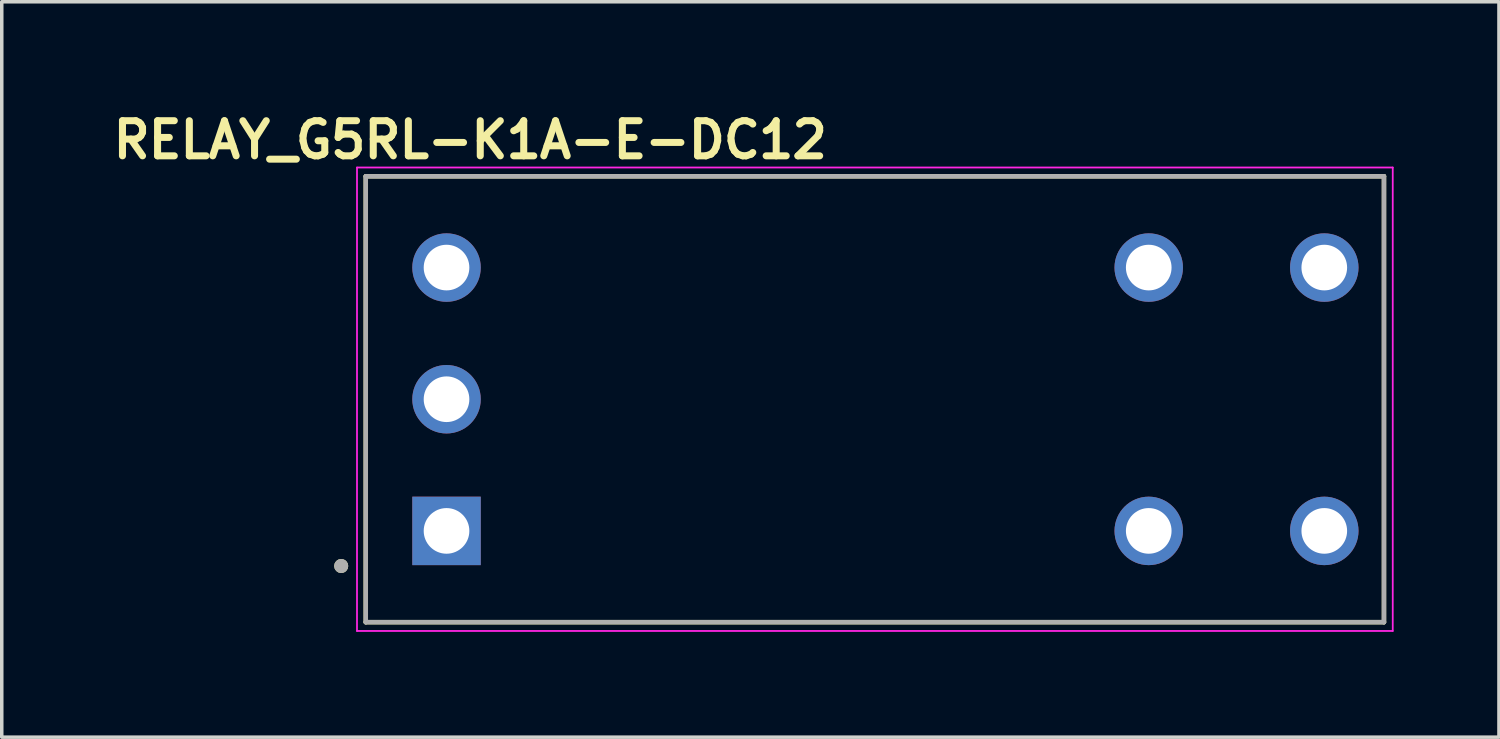
<source format=kicad_pcb>
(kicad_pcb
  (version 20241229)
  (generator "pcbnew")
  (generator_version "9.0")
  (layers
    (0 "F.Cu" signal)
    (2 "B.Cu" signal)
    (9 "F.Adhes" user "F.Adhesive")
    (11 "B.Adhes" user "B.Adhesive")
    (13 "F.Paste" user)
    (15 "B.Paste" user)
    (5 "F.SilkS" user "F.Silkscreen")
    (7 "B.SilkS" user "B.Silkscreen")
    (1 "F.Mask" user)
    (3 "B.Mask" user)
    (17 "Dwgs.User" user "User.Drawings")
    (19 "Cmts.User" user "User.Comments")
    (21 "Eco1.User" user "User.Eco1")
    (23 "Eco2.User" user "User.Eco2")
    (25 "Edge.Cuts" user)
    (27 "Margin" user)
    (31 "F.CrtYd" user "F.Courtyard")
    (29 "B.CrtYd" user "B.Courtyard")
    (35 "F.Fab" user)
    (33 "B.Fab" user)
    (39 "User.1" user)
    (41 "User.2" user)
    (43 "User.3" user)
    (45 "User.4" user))
  (footprint "RELAY_G5RL-K1A-E-DC12"
    (layer "F.Cu")
    (at 19.668 8.321)
    (property "Reference" "RELAY_G5RL-K1A-E-DC12" (at -9.325 -7.385 0) (layer "F.SilkS") (effects (font (size 1 1) (thickness 0.2))))
    (attr through_hole)
    (fp_line (start -12.3 -6.35) (end 16.7 -6.35) (stroke (width 0.127) (type solid)) (layer "F.SilkS"))
    (fp_line (start -12.3 6.35) (end -12.3 -6.35) (stroke (width 0.127) (type solid)) (layer "F.SilkS"))
    (fp_line (start 16.7 -6.35) (end 16.7 6.35) (stroke (width 0.127) (type solid)) (layer "F.SilkS"))
    (fp_line (start 16.7 6.35) (end -12.3 6.35) (stroke (width 0.127) (type solid)) (layer "F.SilkS"))
    (fp_circle (center -13 4.75) (end -12.9 4.75) (stroke (width 0.2) (type solid)) (fill no) (layer "F.SilkS"))
    (fp_line (start -12.55 -6.6) (end -12.55 6.6) (stroke (width 0.05) (type solid)) (layer "F.CrtYd"))
    (fp_line (start -12.55 6.6) (end 16.95 6.6) (stroke (width 0.05) (type solid)) (layer "F.CrtYd"))
    (fp_line (start 16.95 -6.6) (end -12.55 -6.6) (stroke (width 0.05) (type solid)) (layer "F.CrtYd"))
    (fp_line (start 16.95 6.6) (end 16.95 -6.6) (stroke (width 0.05) (type solid)) (layer "F.CrtYd"))
    (fp_line (start -12.3 -6.35) (end 16.7 -6.35) (stroke (width 0.127) (type solid)) (layer "F.Fab"))
    (fp_line (start -12.3 6.35) (end -12.3 -6.35) (stroke (width 0.127) (type solid)) (layer "F.Fab"))
    (fp_line (start 16.7 -6.35) (end 16.7 6.35) (stroke (width 0.127) (type solid)) (layer "F.Fab"))
    (fp_line (start 16.7 6.35) (end -12.3 6.35) (stroke (width 0.127) (type solid)) (layer "F.Fab"))
    (fp_circle (center -13 4.75) (end -12.9 4.75) (stroke (width 0.2) (type solid)) (fill no) (layer "F.Fab"))
    (pad "1" thru_hole rect (at -10 3.75) (size 1.95 1.95) (drill 1.3) (layers "*.Cu" "*.Mask"))
    (pad "3" thru_hole circle (at 10 3.75) (size 1.95 1.95) (drill 1.3) (layers "*.Cu" "*.Mask"))
    (pad "4" thru_hole circle (at 15 3.75) (size 1.95 1.95) (drill 1.3) (layers "*.Cu" "*.Mask"))
    (pad "5" thru_hole circle (at 15 -3.75) (size 1.95 1.95) (drill 1.3) (layers "*.Cu" "*.Mask"))
    (pad "6" thru_hole circle (at 10 -3.75) (size 1.95 1.95) (drill 1.3) (layers "*.Cu" "*.Mask"))
    (pad "8" thru_hole circle (at -10 -3.75) (size 1.95 1.95) (drill 1.3) (layers "*.Cu" "*.Mask"))
    (pad "9" thru_hole circle (at -10 0) (size 1.95 1.95) (drill 1.3) (layers "*.Cu" "*.Mask")))
  (gr_rect
    (start -3 -3)
    (end 39.643 17.946)
    (stroke (width 0.1) (type default))
    (fill no)
    (layer "Edge.Cuts")))
</source>
